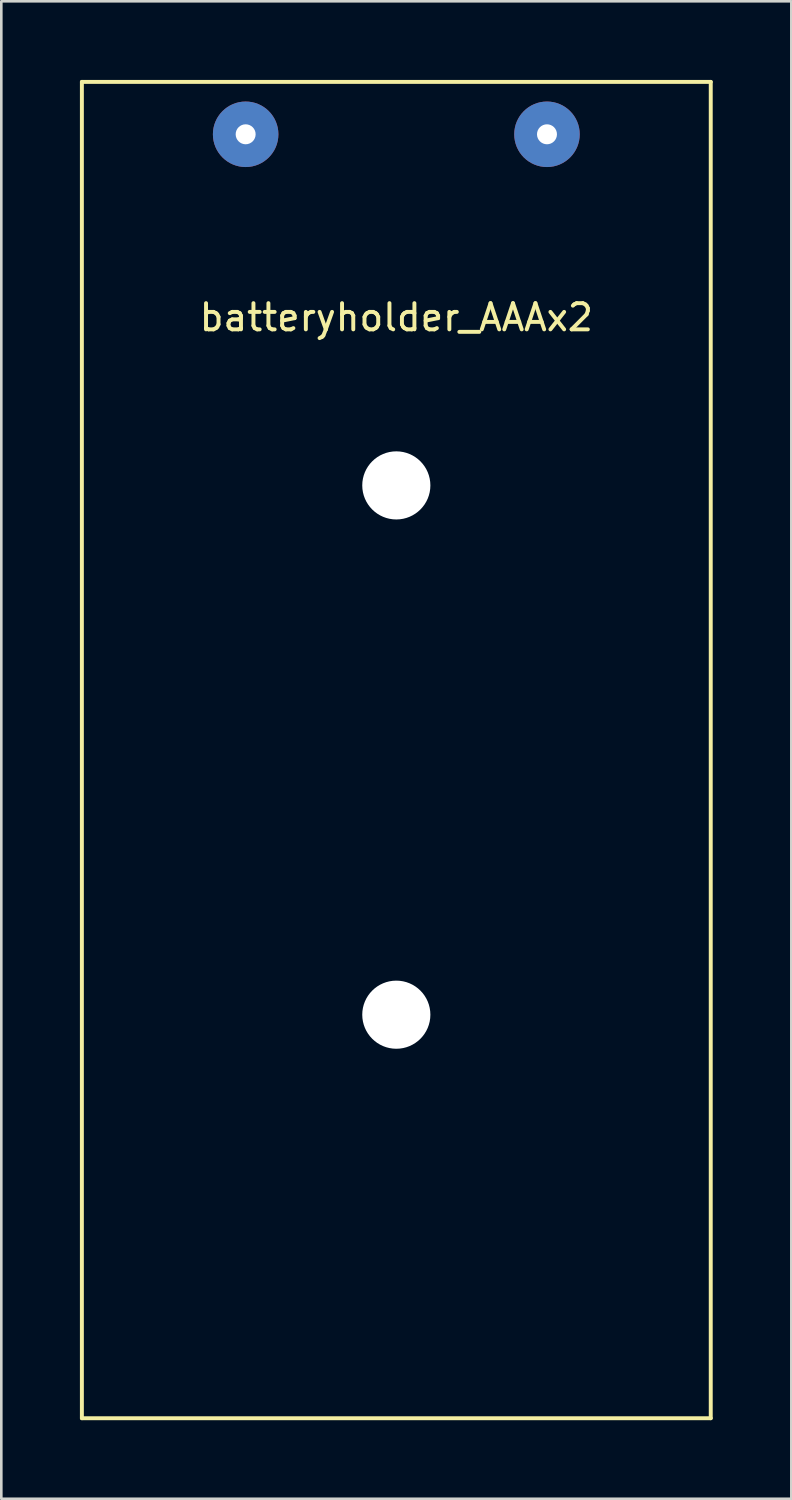
<source format=kicad_pcb>
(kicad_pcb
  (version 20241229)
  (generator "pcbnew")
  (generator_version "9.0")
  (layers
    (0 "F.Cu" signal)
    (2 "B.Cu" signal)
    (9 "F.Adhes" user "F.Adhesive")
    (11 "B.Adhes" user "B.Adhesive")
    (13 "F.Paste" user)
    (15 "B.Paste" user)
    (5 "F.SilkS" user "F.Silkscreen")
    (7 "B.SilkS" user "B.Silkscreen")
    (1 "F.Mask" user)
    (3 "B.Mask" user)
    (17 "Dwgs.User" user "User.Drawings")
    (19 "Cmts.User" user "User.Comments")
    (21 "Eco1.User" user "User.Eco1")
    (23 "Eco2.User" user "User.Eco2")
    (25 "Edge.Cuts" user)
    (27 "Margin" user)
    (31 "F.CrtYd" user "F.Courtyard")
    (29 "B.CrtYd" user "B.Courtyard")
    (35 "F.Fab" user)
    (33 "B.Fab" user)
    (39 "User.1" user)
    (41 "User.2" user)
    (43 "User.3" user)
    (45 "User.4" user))
  (footprint "batteryholder_AAAx2"
    (layer "F.Cu")
    (at 12.075 25.575)
    (property "Reference" "batteryholder_AAAx2" (at 0 -16.51 0) (layer "F.SilkS") (effects (font (size 1 1) (thickness 0.15))))
    (attr through_hole)
    (fp_line (start -12 -25.5) (end 12 -25.5) (stroke (width 0.15) (type solid)) (layer "F.SilkS"))
    (fp_line (start -12 25.5) (end -12 -25.5) (stroke (width 0.15) (type solid)) (layer "F.SilkS"))
    (fp_line (start 12 -25.5) (end 12 25.5) (stroke (width 0.15) (type solid)) (layer "F.SilkS"))
    (fp_line (start 12 25.5) (end -12 25.5) (stroke (width 0.15) (type solid)) (layer "F.SilkS"))
    (pad "" np_thru_hole circle (at 0 -10.1) (size 2.6 2.6) (drill 2.6) (layers "*.Cu" "*.Mask"))
    (pad "" np_thru_hole circle (at 0 10.1) (size 2.6 2.6) (drill 2.6) (layers "*.Cu" "*.Mask"))
    (pad "1" thru_hole circle (at -5.75 -23.5) (size 2.5 2.5) (drill 0.762) (layers "*.Cu" "*.Mask"))
    (pad "2" thru_hole circle (at 5.75 -23.5) (size 2.5 2.5) (drill 0.762) (layers "*.Cu" "*.Mask")))
  (gr_rect
    (start -3 -3)
    (end 27.15 54.15)
    (stroke (width 0.1) (type default))
    (fill no)
    (layer "Edge.Cuts")))
</source>
